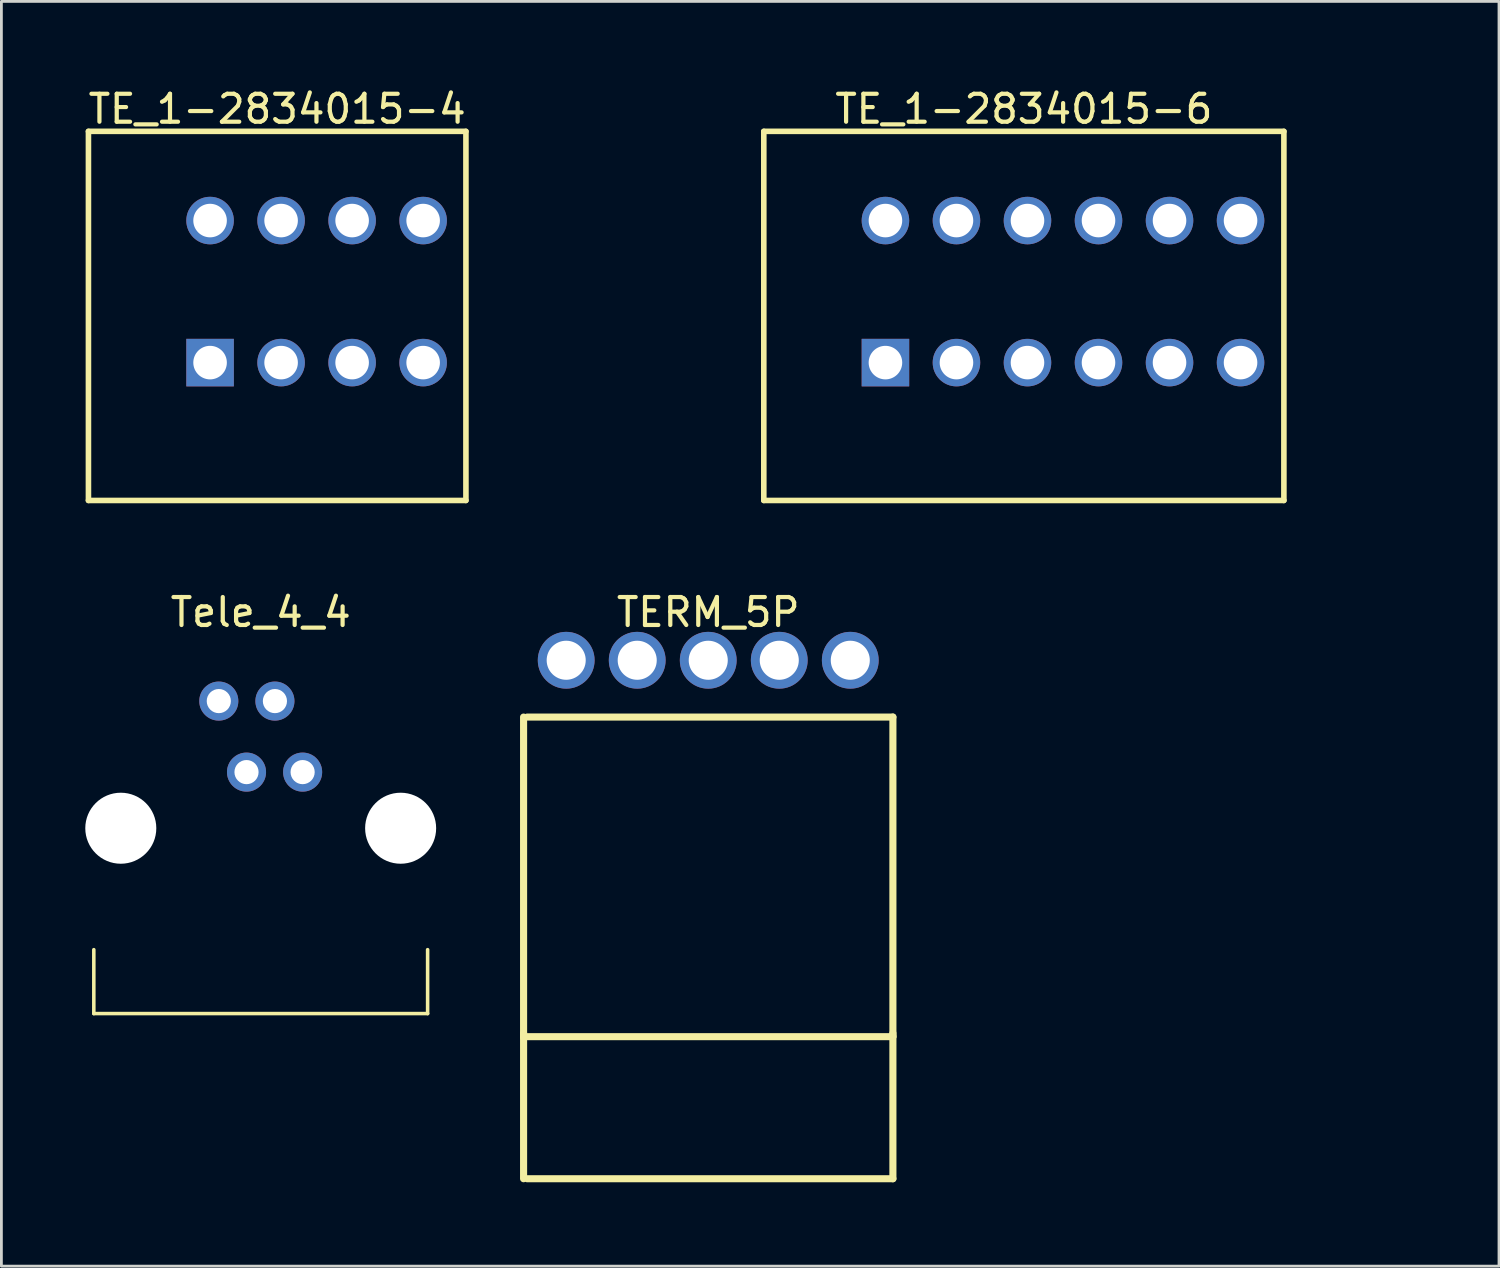
<source format=kicad_pcb>
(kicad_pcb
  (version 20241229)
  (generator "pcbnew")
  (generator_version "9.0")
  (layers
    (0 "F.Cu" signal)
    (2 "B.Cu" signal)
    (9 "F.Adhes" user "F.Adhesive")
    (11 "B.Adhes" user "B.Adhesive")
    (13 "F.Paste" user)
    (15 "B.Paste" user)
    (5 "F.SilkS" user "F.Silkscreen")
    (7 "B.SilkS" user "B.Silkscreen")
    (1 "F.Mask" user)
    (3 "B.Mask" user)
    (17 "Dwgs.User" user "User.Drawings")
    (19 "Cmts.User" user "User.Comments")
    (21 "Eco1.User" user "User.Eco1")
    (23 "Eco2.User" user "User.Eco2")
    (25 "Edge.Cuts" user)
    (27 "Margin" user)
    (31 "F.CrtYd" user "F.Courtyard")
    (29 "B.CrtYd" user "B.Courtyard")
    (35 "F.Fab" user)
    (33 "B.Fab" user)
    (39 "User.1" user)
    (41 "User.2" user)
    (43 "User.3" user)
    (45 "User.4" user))
  (footprint "TE_1-2834015-6"
    (layer "F.Cu")
    (at 34.966 7.378)
    (property "Reference" "TE_1-2834015-6" (at -1.4 -6.53 0) (layer "F.SilkS") (effects (font (size 1 1) (thickness 0.15))))
    (fp_line (start -10.7 -5.73) (end 7.9 -5.73) (stroke (width 0.2) (type solid)) (layer "F.SilkS"))
    (fp_line (start -10.7 7.47) (end -10.7 -5.73) (stroke (width 0.2) (type solid)) (layer "F.SilkS"))
    (fp_line (start -10.7 7.47) (end 7.9 7.47) (stroke (width 0.2) (type solid)) (layer "F.SilkS"))
    (fp_line (start 7.9 7.47) (end 7.9 -5.73) (stroke (width 0.2) (type solid)) (layer "F.SilkS"))
    (fp_line (start -10.668 -5.715) (end 7.874 -5.715) (stroke (width 0.254) (type solid)) (layer "Eco2.User"))
    (fp_line (start -10.668 7.493) (end -10.668 -5.715) (stroke (width 0.254) (type solid)) (layer "Eco2.User"))
    (fp_line (start -10.668 7.493) (end 7.874 7.493) (stroke (width 0.254) (type solid)) (layer "Eco2.User"))
    (fp_line (start 7.874 7.493) (end 7.874 -5.715) (stroke (width 0.254) (type solid)) (layer "Eco2.User"))
    (fp_text_box "${REFERENCE}" (start -3.2 -1.839) (end 12.543 0.7) (margins 0 0 0 0) (layer "Eco2.User") (effects (font (size 1.524 1.524) (thickness 0.254)) (justify left top)) (border no) (stroke (width 0.1) (type default)))
    (pad "1" thru_hole circle (at -6.35 -2.54) (size 1.7 1.7) (drill 1.2) (layers "*.Cu" "*.Mask"))
    (pad "1" thru_hole rect (at -6.35 2.54) (size 1.7 1.7) (drill 1.2) (layers "*.Cu" "*.Mask"))
    (pad "2" thru_hole circle (at -3.81 -2.54) (size 1.7 1.7) (drill 1.2) (layers "*.Cu" "*.Mask"))
    (pad "2" thru_hole circle (at -3.81 2.54) (size 1.7 1.7) (drill 1.2) (layers "*.Cu" "*.Mask"))
    (pad "3" thru_hole circle (at -1.27 -2.54) (size 1.7 1.7) (drill 1.2) (layers "*.Cu" "*.Mask"))
    (pad "3" thru_hole circle (at -1.27 2.54) (size 1.7 1.7) (drill 1.2) (layers "*.Cu" "*.Mask"))
    (pad "4" thru_hole circle (at 1.27 -2.54) (size 1.7 1.7) (drill 1.2) (layers "*.Cu" "*.Mask"))
    (pad "4" thru_hole circle (at 1.27 2.54) (size 1.7 1.7) (drill 1.2) (layers "*.Cu" "*.Mask"))
    (pad "5" thru_hole circle (at 3.81 -2.54) (size 1.7 1.7) (drill 1.2) (layers "*.Cu" "*.Mask"))
    (pad "5" thru_hole circle (at 3.81 2.54) (size 1.7 1.7) (drill 1.2) (layers "*.Cu" "*.Mask"))
    (pad "6" thru_hole circle (at 6.35 -2.54) (size 1.7 1.7) (drill 1.2) (layers "*.Cu" "*.Mask"))
    (pad "6" thru_hole circle (at 6.35 2.54) (size 1.7 1.7) (drill 1.2) (layers "*.Cu" "*.Mask")))
  (footprint "TE_1-2834015-4"
    (layer "F.Cu")
    (at 8.273 7.378)
    (property "Reference" "TE_1-2834015-4" (at -1.41 -6.53 0) (layer "F.SilkS") (effects (font (size 1 1) (thickness 0.15))))
    (fp_line (start -8.16 -5.73) (end 5.34 -5.73) (stroke (width 0.2) (type solid)) (layer "F.SilkS"))
    (fp_line (start -8.16 7.47) (end -8.16 -5.73) (stroke (width 0.2) (type solid)) (layer "F.SilkS"))
    (fp_line (start -8.16 7.47) (end 5.34 7.47) (stroke (width 0.2) (type solid)) (layer "F.SilkS"))
    (fp_line (start 5.34 7.47) (end 5.34 -5.73) (stroke (width 0.2) (type solid)) (layer "F.SilkS"))
    (fp_line (start -8.128 -5.715) (end 5.334 -5.715) (stroke (width 0.254) (type solid)) (layer "Eco2.User"))
    (fp_line (start -8.128 7.493) (end -8.128 -5.715) (stroke (width 0.254) (type solid)) (layer "Eco2.User"))
    (fp_line (start -8.128 7.493) (end 5.334 7.493) (stroke (width 0.254) (type solid)) (layer "Eco2.User"))
    (fp_line (start 5.334 7.493) (end 5.334 -5.715) (stroke (width 0.254) (type solid)) (layer "Eco2.User"))
    (fp_text_box "${REFERENCE}" (start -2.9 -1.839) (end 12.843 0.7) (margins 0 0 0 0) (layer "Eco2.User") (effects (font (size 1.524 1.524) (thickness 0.254)) (justify left top)) (border no) (stroke (width 0.1) (type default)))
    (pad "1" thru_hole circle (at -3.81 -2.54) (size 1.7 1.7) (drill 1.2) (layers "*.Cu" "*.Mask"))
    (pad "1" thru_hole rect (at -3.81 2.54) (size 1.7 1.7) (drill 1.2) (layers "*.Cu" "*.Mask"))
    (pad "2" thru_hole circle (at -1.27 -2.54) (size 1.7 1.7) (drill 1.2) (layers "*.Cu" "*.Mask"))
    (pad "2" thru_hole circle (at -1.27 2.54) (size 1.7 1.7) (drill 1.2) (layers "*.Cu" "*.Mask"))
    (pad "3" thru_hole circle (at 1.27 -2.54) (size 1.7 1.7) (drill 1.2) (layers "*.Cu" "*.Mask"))
    (pad "3" thru_hole circle (at 1.27 2.54) (size 1.7 1.7) (drill 1.2) (layers "*.Cu" "*.Mask"))
    (pad "4" thru_hole circle (at 3.81 -2.54) (size 1.7 1.7) (drill 1.2) (layers "*.Cu" "*.Mask"))
    (pad "4" thru_hole circle (at 3.81 2.54) (size 1.7 1.7) (drill 1.2) (layers "*.Cu" "*.Mask")))
  (footprint "TERM_5P"
    (layer "F.Cu")
    (at 22.279 22.595)
    (property "Reference" "TERM_5P" (at 0 -3.748 0) (layer "F.SilkS") (effects (font (size 1 1) (thickness 0.15))))
    (fp_line (start -6.604 11.43) (end -6.604 0) (stroke (width 0.254) (type solid)) (layer "F.SilkS"))
    (fp_line (start -6.604 11.43) (end 6.604 11.43) (stroke (width 0.254) (type solid)) (layer "F.SilkS"))
    (fp_line (start -6.604 16.51) (end -6.604 11.303) (stroke (width 0.254) (type solid)) (layer "F.SilkS"))
    (fp_line (start -6.477 0) (end 6.604 0) (stroke (width 0.254) (type solid)) (layer "F.SilkS"))
    (fp_line (start -6.477 16.51) (end 6.604 16.51) (stroke (width 0.254) (type solid)) (layer "F.SilkS"))
    (fp_line (start 6.604 11.43) (end 6.604 0) (stroke (width 0.254) (type solid)) (layer "F.SilkS"))
    (fp_line (start 6.604 16.51) (end 6.604 11.303) (stroke (width 0.254) (type solid)) (layer "F.SilkS"))
    (pad "1" thru_hole circle (at -5.08 -2.032) (size 2.032 2.032) (drill 1.397) (layers "*.Cu" "*.Mask"))
    (pad "2" thru_hole circle (at -2.54 -2.032) (size 2.032 2.032) (drill 1.397) (layers "*.Cu" "*.Mask"))
    (pad "3" thru_hole circle (at 0 -2.032) (size 2.032 2.032) (drill 1.397) (layers "*.Cu" "*.Mask"))
    (pad "4" thru_hole circle (at 2.54 -2.032) (size 2.032 2.032) (drill 1.397) (layers "*.Cu" "*.Mask"))
    (pad "5" thru_hole circle (at 5.08 -2.032) (size 2.032 2.032) (drill 1.397) (layers "*.Cu" "*.Mask")))
  (footprint "Tele_4_4"
    (layer "F.Cu")
    (at 6.274 26.595)
    (property "Reference" "Tele_4_4" (at 0 -7.748 0) (layer "F.SilkS") (effects (font (size 1 1) (thickness 0.15))))
    (fp_line (start -5.969 6.604) (end -5.969 4.318) (stroke (width 0.127) (type solid)) (layer "F.SilkS"))
    (fp_line (start -5.969 6.604) (end 5.969 6.604) (stroke (width 0.127) (type solid)) (layer "F.SilkS"))
    (fp_line (start 5.969 6.604) (end 5.969 4.318) (stroke (width 0.127) (type solid)) (layer "F.SilkS"))
    (pad "" np_thru_hole circle (at -5.004 -0.025 180) (size 2.54 2.54) (drill 2.54) (layers "*.Cu" "*.Mask"))
    (pad "" np_thru_hole circle (at 5.004 -0.025 180) (size 2.54 2.54) (drill 2.54) (layers "*.Cu" "*.Mask"))
    (pad "A" thru_hole circle (at 0.508 -4.572 180) (size 1.397 1.397) (drill 0.864) (layers "*.Cu" "*.Mask"))
    (pad "B" thru_hole circle (at -0.508 -2.032 180) (size 1.397 1.397) (drill 0.864) (layers "*.Cu" "*.Mask"))
    (pad "GND" thru_hole circle (at 1.499 -2.032 180) (size 1.397 1.397) (drill 0.864) (layers "*.Cu" "*.Mask"))
    (pad "VCC" thru_hole circle (at -1.499 -4.572 180) (size 1.397 1.397) (drill 0.864) (layers "*.Cu" "*.Mask"))
    (zone (net_name "") (layer "F.SilkS") (hatch edge 0.5) (connect_pads) (min_thickness 0.25) (filled_areas_thickness no) (keepout (tracks not_allowed) (vias not_allowed) (pads not_allowed) (copperpour not_allowed) (footprints allowed)) (placement (enabled no)) (fill) (polygon (pts (xy 0.246 19.586) (xy 0.281 19.551) (xy 0.329 19.551) (xy 0.363 19.586) (xy 0.368 19.61) (xy 0.368 30.913) (xy 0.363 30.937) (xy 0.329 30.972) (xy 0.281 30.972) (xy 0.246 30.937) (xy 0.241 30.913) (xy 0.241 19.61))))
    (zone (net_name "") (layer "F.SilkS") (hatch edge 0.5) (connect_pads) (min_thickness 0.25) (filled_areas_thickness no) (keepout (tracks not_allowed) (vias not_allowed) (pads not_allowed) (copperpour not_allowed) (footprints allowed)) (placement (enabled no)) (fill) (polygon (pts (xy 12.184 19.586) (xy 12.219 19.551) (xy 12.267 19.551) (xy 12.301 19.586) (xy 12.306 19.61) (xy 12.306 30.913) (xy 12.301 30.937) (xy 12.267 30.972) (xy 12.219 30.972) (xy 12.184 30.937) (xy 12.179 30.913) (xy 12.179 19.61))))
    (zone (net_name "") (layer "F.SilkS") (hatch edge 0.5) (connect_pads) (min_thickness 0.25) (filled_areas_thickness no) (keepout (tracks not_allowed) (vias not_allowed) (pads not_allowed) (copperpour not_allowed) (footprints allowed)) (placement (enabled no)) (fill) (polygon (pts (xy 12.267 19.551) (xy 12.301 19.586) (xy 12.301 19.634) (xy 12.267 19.669) (xy 12.243 19.674) (xy 0.305 19.674) (xy 0.281 19.669) (xy 0.246 19.634) (xy 0.246 19.586) (xy 0.281 19.551) (xy 0.305 19.547) (xy 12.243 19.547))))
    (zone (net_name "") (layer "F.SilkS") (hatch edge 0.5) (connect_pads) (min_thickness 0.25) (filled_areas_thickness no) (keepout (tracks not_allowed) (vias not_allowed) (pads not_allowed) (copperpour not_allowed) (footprints allowed)) (placement (enabled no)) (fill) (polygon (pts (xy 12.267 30.854) (xy 12.301 30.889) (xy 12.301 30.937) (xy 12.267 30.972) (xy 12.243 30.977) (xy 0.305 30.977) (xy 0.281 30.972) (xy 0.246 30.937) (xy 0.246 30.889) (xy 0.281 30.854) (xy 0.305 30.849) (xy 12.243 30.849)))))
  (gr_rect
    (start -3 -3)
    (end 50.559 42.231)
    (stroke (width 0.1) (type default))
    (fill no)
    (layer "Edge.Cuts")))
</source>
